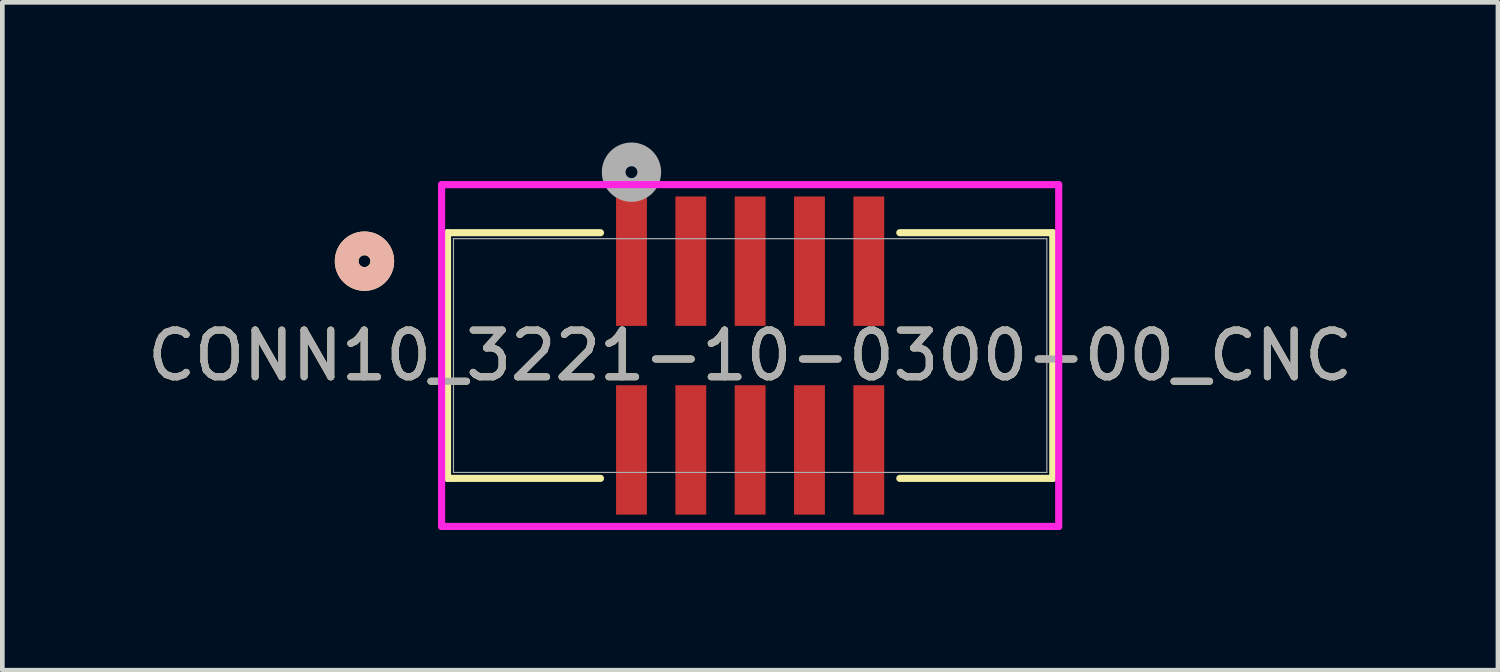
<source format=kicad_pcb>
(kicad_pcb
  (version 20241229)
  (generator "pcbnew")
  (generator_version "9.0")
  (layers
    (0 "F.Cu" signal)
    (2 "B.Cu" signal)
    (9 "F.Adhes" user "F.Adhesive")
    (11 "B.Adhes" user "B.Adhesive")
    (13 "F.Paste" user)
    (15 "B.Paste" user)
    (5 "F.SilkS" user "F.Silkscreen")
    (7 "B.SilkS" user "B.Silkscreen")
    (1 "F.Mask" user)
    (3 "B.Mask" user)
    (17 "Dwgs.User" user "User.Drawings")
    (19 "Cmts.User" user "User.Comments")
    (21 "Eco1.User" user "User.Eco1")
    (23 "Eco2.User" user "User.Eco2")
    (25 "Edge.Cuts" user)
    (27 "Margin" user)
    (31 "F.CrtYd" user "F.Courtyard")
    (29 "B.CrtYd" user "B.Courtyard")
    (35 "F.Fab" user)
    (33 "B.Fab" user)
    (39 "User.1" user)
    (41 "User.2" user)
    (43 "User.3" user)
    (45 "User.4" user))
  (footprint "CONN10_3221-10-0300-00_CNC"
    (layer "F.Cu")
    (at 13.006 4.56)
    (property "Reference" "CONN10_3221-10-0300-00_CNC" (at 0 0 0) (unlocked yes) (layer "F.SilkS") (effects (font (size 1 1) (thickness 0.15))))
    (attr smd)
    (fp_line (start -6.477 -2.629) (end -6.477 2.629) (stroke (width 0.152) (type solid)) (layer "F.SilkS"))
    (fp_line (start -6.477 2.629) (end -3.203 2.629) (stroke (width 0.152) (type solid)) (layer "F.SilkS"))
    (fp_line (start -3.203 -2.629) (end -6.477 -2.629) (stroke (width 0.152) (type solid)) (layer "F.SilkS"))
    (fp_line (start 3.203 2.629) (end 6.477 2.629) (stroke (width 0.152) (type solid)) (layer "F.SilkS"))
    (fp_line (start 6.477 -2.629) (end 3.203 -2.629) (stroke (width 0.152) (type solid)) (layer "F.SilkS"))
    (fp_line (start 6.477 2.629) (end 6.477 -2.629) (stroke (width 0.152) (type solid)) (layer "F.SilkS"))
    (fp_circle (center -8.255 -2.02) (end -7.874 -2.02) (stroke (width 0.508) (type solid)) (fill no) (layer "F.SilkS"))
    (fp_circle (center -8.255 -2.02) (end -7.874 -2.02) (stroke (width 0.508) (type solid)) (fill no) (layer "B.SilkS"))
    (fp_line (start -6.604 -3.658) (end -6.604 3.658) (stroke (width 0.152) (type solid)) (layer "F.CrtYd"))
    (fp_line (start -6.604 3.658) (end 6.604 3.658) (stroke (width 0.152) (type solid)) (layer "F.CrtYd"))
    (fp_line (start 6.604 -3.658) (end -6.604 -3.658) (stroke (width 0.152) (type solid)) (layer "F.CrtYd"))
    (fp_line (start 6.604 3.658) (end 6.604 -3.658) (stroke (width 0.152) (type solid)) (layer "F.CrtYd"))
    (fp_line (start -6.35 -2.502) (end -6.35 2.502) (stroke (width 0.025) (type solid)) (layer "F.Fab"))
    (fp_line (start -6.35 2.502) (end 6.35 2.502) (stroke (width 0.025) (type solid)) (layer "F.Fab"))
    (fp_line (start 6.35 -2.502) (end -6.35 -2.502) (stroke (width 0.025) (type solid)) (layer "F.Fab"))
    (fp_line (start 6.35 2.502) (end 6.35 -2.502) (stroke (width 0.025) (type solid)) (layer "F.Fab"))
    (fp_circle (center -2.54 -3.925) (end -2.159 -3.925) (stroke (width 0.508) (type solid)) (fill no) (layer "F.Fab"))
    (fp_text user "${REFERENCE}" (at 0 0 0) (unlocked yes) (layer "F.Fab") (effects (font (size 1 1) (thickness 0.15))))
    (pad "1" smd rect (at -2.54 -2.02) (size 0.66 2.769) (layers "F.Cu" "F.Mask" "F.Paste"))
    (pad "2" smd rect (at -1.27 -2.02) (size 0.66 2.769) (layers "F.Cu" "F.Mask" "F.Paste"))
    (pad "3" smd rect (at 0 -2.02) (size 0.66 2.769) (layers "F.Cu" "F.Mask" "F.Paste"))
    (pad "4" smd rect (at 1.27 -2.02) (size 0.66 2.769) (layers "F.Cu" "F.Mask" "F.Paste"))
    (pad "5" smd rect (at 2.54 -2.02) (size 0.66 2.769) (layers "F.Cu" "F.Mask" "F.Paste"))
    (pad "6" smd rect (at -2.54 2.02) (size 0.66 2.769) (layers "F.Cu" "F.Mask" "F.Paste"))
    (pad "7" smd rect (at -1.27 2.02) (size 0.66 2.769) (layers "F.Cu" "F.Mask" "F.Paste"))
    (pad "8" smd rect (at 0 2.02) (size 0.66 2.769) (layers "F.Cu" "F.Mask" "F.Paste"))
    (pad "9" smd rect (at 1.27 2.02) (size 0.66 2.769) (layers "F.Cu" "F.Mask" "F.Paste"))
    (pad "10" smd rect (at 2.54 2.02) (size 0.66 2.769) (layers "F.Cu" "F.Mask" "F.Paste")))
  (gr_rect
    (start -3 -3)
    (end 29.012 11.295)
    (stroke (width 0.1) (type default))
    (fill no)
    (layer "Edge.Cuts")))
</source>
